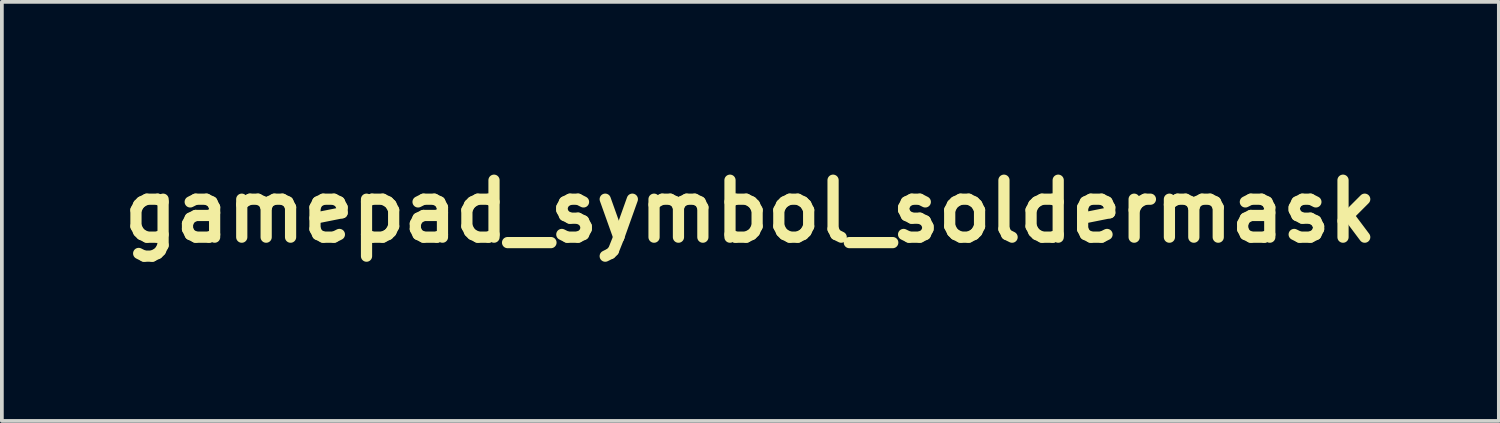
<source format=kicad_pcb>
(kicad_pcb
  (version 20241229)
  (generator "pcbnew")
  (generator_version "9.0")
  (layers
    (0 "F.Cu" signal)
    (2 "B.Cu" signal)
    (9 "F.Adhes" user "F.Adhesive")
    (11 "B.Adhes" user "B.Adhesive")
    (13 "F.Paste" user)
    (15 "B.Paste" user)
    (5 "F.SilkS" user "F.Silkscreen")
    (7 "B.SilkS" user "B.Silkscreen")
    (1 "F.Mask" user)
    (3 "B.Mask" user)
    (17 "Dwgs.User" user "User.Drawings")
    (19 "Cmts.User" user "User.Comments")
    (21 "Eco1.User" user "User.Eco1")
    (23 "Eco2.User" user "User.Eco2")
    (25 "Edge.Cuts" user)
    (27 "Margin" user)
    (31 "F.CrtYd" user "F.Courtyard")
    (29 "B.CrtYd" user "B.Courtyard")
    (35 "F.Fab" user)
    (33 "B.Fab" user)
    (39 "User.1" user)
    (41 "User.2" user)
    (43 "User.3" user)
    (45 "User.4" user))
  (footprint "gamepad_symbol_soldermask"
    (layer "F.Cu")
    (at 17.025 2.606)
    (property "Reference" "gamepad_symbol_soldermask" (at 0 0 0) (layer "F.SilkS") (effects (font (size 1.524 1.524) (thickness 0.3))))
    (attr through_hole)
    (fp_poly (pts (xy 1.555 1.219) (xy 1.6 1.232) (xy 1.64 1.252) (xy 1.675 1.279) (xy 1.704 1.311) (xy 1.726 1.347) (xy 1.742 1.387) (xy 1.751 1.43) (xy 1.752 1.473) (xy 1.745 1.518) (xy 1.729 1.561) (xy 1.705 1.604) (xy 1.696 1.615) (xy 1.665 1.647) (xy 1.627 1.672) (xy 1.584 1.69) (xy 1.539 1.701) (xy 1.493 1.703) (xy 1.473 1.701) (xy 1.427 1.69) (xy 1.384 1.67) (xy 1.347 1.643) (xy 1.315 1.61) (xy 1.29 1.572) (xy 1.272 1.53) (xy 1.263 1.485) (xy 1.262 1.438) (xy 1.264 1.422) (xy 1.277 1.374) (xy 1.298 1.33) (xy 1.326 1.293) (xy 1.361 1.261) (xy 1.401 1.237) (xy 1.446 1.221) (xy 1.494 1.214) (xy 1.506 1.214) (xy 1.555 1.219)) (stroke (width 0.01) (type solid)) (fill yes) (layer "F.Mask"))
    (fp_poly (pts (xy 1.088 0.735) (xy 1.126 0.749) (xy 1.166 0.774) (xy 1.201 0.806) (xy 1.229 0.844) (xy 1.249 0.885) (xy 1.261 0.93) (xy 1.265 0.976) (xy 1.259 1.022) (xy 1.257 1.028) (xy 1.24 1.074) (xy 1.215 1.115) (xy 1.183 1.151) (xy 1.145 1.18) (xy 1.103 1.201) (xy 1.092 1.204) (xy 1.059 1.211) (xy 1.022 1.214) (xy 0.984 1.212) (xy 0.95 1.206) (xy 0.944 1.204) (xy 0.901 1.186) (xy 0.863 1.159) (xy 0.83 1.126) (xy 0.804 1.087) (xy 0.786 1.045) (xy 0.775 1) (xy 0.773 0.955) (xy 0.776 0.932) (xy 0.789 0.884) (xy 0.81 0.842) (xy 0.837 0.805) (xy 0.871 0.775) (xy 0.909 0.751) (xy 0.951 0.734) (xy 0.995 0.726) (xy 1.041 0.726) (xy 1.088 0.735)) (stroke (width 0.01) (type solid)) (fill yes) (layer "F.Mask"))
    (fp_poly (pts (xy 1.533 0.237) (xy 1.551 0.24) (xy 1.597 0.253) (xy 1.637 0.273) (xy 1.672 0.301) (xy 1.679 0.307) (xy 1.711 0.347) (xy 1.735 0.389) (xy 1.748 0.435) (xy 1.753 0.482) (xy 1.747 0.53) (xy 1.732 0.577) (xy 1.721 0.6) (xy 1.698 0.634) (xy 1.668 0.665) (xy 1.632 0.691) (xy 1.594 0.711) (xy 1.563 0.721) (xy 1.536 0.725) (xy 1.504 0.726) (xy 1.472 0.724) (xy 1.444 0.719) (xy 1.438 0.717) (xy 1.402 0.703) (xy 1.372 0.686) (xy 1.344 0.664) (xy 1.333 0.653) (xy 1.302 0.616) (xy 1.28 0.573) (xy 1.266 0.528) (xy 1.261 0.481) (xy 1.265 0.442) (xy 1.278 0.395) (xy 1.299 0.353) (xy 1.327 0.316) (xy 1.361 0.285) (xy 1.399 0.261) (xy 1.442 0.245) (xy 1.487 0.236) (xy 1.533 0.237)) (stroke (width 0.01) (type solid)) (fill yes) (layer "F.Mask"))
    (fp_poly (pts (xy 2.027 0.727) (xy 2.07 0.736) (xy 2.112 0.754) (xy 2.15 0.779) (xy 2.184 0.812) (xy 2.201 0.835) (xy 2.222 0.876) (xy 2.235 0.918) (xy 2.24 0.963) (xy 2.239 0.982) (xy 2.234 1.025) (xy 2.224 1.061) (xy 2.206 1.096) (xy 2.19 1.119) (xy 2.16 1.152) (xy 2.123 1.179) (xy 2.082 1.199) (xy 2.069 1.204) (xy 2.038 1.21) (xy 2.003 1.213) (xy 1.967 1.213) (xy 1.936 1.208) (xy 1.93 1.207) (xy 1.885 1.189) (xy 1.846 1.165) (xy 1.813 1.134) (xy 1.787 1.098) (xy 1.767 1.058) (xy 1.755 1.016) (xy 1.751 0.972) (xy 1.754 0.928) (xy 1.766 0.884) (xy 1.786 0.842) (xy 1.816 0.804) (xy 1.818 0.802) (xy 1.854 0.77) (xy 1.894 0.747) (xy 1.937 0.732) (xy 1.982 0.725) (xy 2.027 0.727)) (stroke (width 0.01) (type solid)) (fill yes) (layer "F.Mask"))
    (fp_poly (pts (xy 3.175 -2.561) (xy 3.173 -2.51) (xy 3.167 -2.454) (xy 3.157 -2.394) (xy 3.144 -2.334) (xy 3.128 -2.277) (xy 3.124 -2.262) (xy 3.087 -2.164) (xy 3.041 -2.07) (xy 2.987 -1.981) (xy 2.926 -1.898) (xy 2.857 -1.82) (xy 2.781 -1.75) (xy 2.699 -1.686) (xy 2.611 -1.631) (xy 2.518 -1.583) (xy 2.482 -1.568) (xy 2.438 -1.551) (xy 2.397 -1.537) (xy 2.355 -1.525) (xy 2.312 -1.514) (xy 2.262 -1.504) (xy 2.215 -1.495) (xy 2.207 -1.494) (xy 2.198 -1.493) (xy 2.187 -1.492) (xy 2.173 -1.491) (xy 2.157 -1.49) (xy 2.137 -1.489) (xy 2.112 -1.489) (xy 2.084 -1.488) (xy 2.05 -1.487) (xy 2.01 -1.487) (xy 1.965 -1.486) (xy 1.912 -1.486) (xy 1.853 -1.485) (xy 1.785 -1.485) (xy 1.71 -1.485) (xy 1.625 -1.484) (xy 1.531 -1.484) (xy 1.481 -1.483) (xy 1.382 -1.483) (xy 1.293 -1.483) (xy 1.213 -1.482) (xy 1.141 -1.482) (xy 1.078 -1.481) (xy 1.021 -1.481) (xy 0.972 -1.48) (xy 0.929 -1.48) (xy 0.892 -1.479) (xy 0.86 -1.478) (xy 0.832 -1.477) (xy 0.809 -1.476) (xy 0.789 -1.475) (xy 0.772 -1.473) (xy 0.757 -1.471) (xy 0.745 -1.469) (xy 0.734 -1.466) (xy 0.723 -1.464) (xy 0.713 -1.46) (xy 0.702 -1.457) (xy 0.691 -1.453) (xy 0.681 -1.45) (xy 0.605 -1.419) (xy 0.534 -1.38) (xy 0.468 -1.333) (xy 0.409 -1.278) (xy 0.356 -1.217) (xy 0.311 -1.15) (xy 0.274 -1.078) (xy 0.252 -1.02) (xy 0.239 -0.976) (xy 0.228 -0.931) (xy 0.221 -0.889) (xy 0.218 -0.853) (xy 0.218 -0.848) (xy 0.219 -0.837) (xy 0.219 -0.828) (xy 0.218 -0.821) (xy 0.216 -0.815) (xy 0.211 -0.811) (xy 0.202 -0.807) (xy 0.189 -0.805) (xy 0.171 -0.804) (xy 0.147 -0.803) (xy 0.115 -0.803) (xy 0.076 -0.803) (xy 0.028 -0.803) (xy -0.006 -0.803) (xy -0.224 -0.803) (xy -0.224 -0.824) (xy -0.223 -0.838) (xy -0.222 -0.859) (xy -0.22 -0.884) (xy -0.218 -0.904) (xy -0.204 -1.009) (xy -0.18 -1.11) (xy -0.147 -1.209) (xy -0.105 -1.303) (xy -0.055 -1.393) (xy 0.003 -1.477) (xy 0.069 -1.556) (xy 0.141 -1.629) (xy 0.22 -1.695) (xy 0.306 -1.754) (xy 0.397 -1.805) (xy 0.465 -1.837) (xy 0.521 -1.858) (xy 0.583 -1.878) (xy 0.647 -1.895) (xy 0.699 -1.906) (xy 0.707 -1.908) (xy 0.715 -1.909) (xy 0.723 -1.91) (xy 0.733 -1.911) (xy 0.744 -1.912) (xy 0.757 -1.913) (xy 0.774 -1.914) (xy 0.793 -1.915) (xy 0.816 -1.915) (xy 0.843 -1.916) (xy 0.875 -1.917) (xy 0.913 -1.917) (xy 0.957 -1.917) (xy 1.007 -1.918) (xy 1.064 -1.918) (xy 1.129 -1.919) (xy 1.202 -1.919) (xy 1.283 -1.92) (xy 1.374 -1.92) (xy 1.445 -1.92) (xy 1.545 -1.921) (xy 1.636 -1.921) (xy 1.717 -1.922) (xy 1.79 -1.922) (xy 1.855 -1.923) (xy 1.912 -1.923) (xy 1.963 -1.924) (xy 2.007 -1.924) (xy 2.046 -1.925) (xy 2.079 -1.926) (xy 2.108 -1.927) (xy 2.132 -1.929) (xy 2.154 -1.93) (xy 2.172 -1.932) (xy 2.187 -1.934) (xy 2.201 -1.936) (xy 2.214 -1.939) (xy 2.226 -1.942) (xy 2.237 -1.946) (xy 2.249 -1.95) (xy 2.262 -1.954) (xy 2.274 -1.958) (xy 2.35 -1.989) (xy 2.42 -2.028) (xy 2.485 -2.074) (xy 2.544 -2.127) (xy 2.596 -2.187) (xy 2.641 -2.252) (xy 2.678 -2.322) (xy 2.706 -2.397) (xy 2.726 -2.474) (xy 2.736 -2.552) (xy 2.74 -2.601) (xy 3.175 -2.601) (xy 3.175 -2.561)) (stroke (width 0.01) (type solid)) (fill yes) (layer "F.Mask"))
    (fp_poly (pts (xy -1.47 0.236) (xy -1.435 0.236) (xy -1.408 0.237) (xy -1.387 0.237) (xy -1.372 0.238) (xy -1.361 0.239) (xy -1.352 0.241) (xy -1.346 0.244) (xy -1.34 0.247) (xy -1.339 0.247) (xy -1.321 0.258) (xy -1.305 0.272) (xy -1.302 0.275) (xy -1.294 0.283) (xy -1.288 0.291) (xy -1.283 0.3) (xy -1.279 0.31) (xy -1.276 0.322) (xy -1.273 0.339) (xy -1.272 0.36) (xy -1.271 0.386) (xy -1.27 0.42) (xy -1.27 0.462) (xy -1.27 0.512) (xy -1.27 0.525) (xy -1.27 0.721) (xy -1.073 0.722) (xy -1.023 0.723) (xy -0.982 0.723) (xy -0.949 0.724) (xy -0.923 0.724) (xy -0.903 0.725) (xy -0.888 0.726) (xy -0.877 0.727) (xy -0.868 0.729) (xy -0.861 0.731) (xy -0.855 0.734) (xy -0.853 0.735) (xy -0.83 0.75) (xy -0.808 0.771) (xy -0.792 0.794) (xy -0.787 0.806) (xy -0.785 0.815) (xy -0.783 0.828) (xy -0.782 0.848) (xy -0.781 0.874) (xy -0.78 0.907) (xy -0.78 0.95) (xy -0.78 0.97) (xy -0.78 1.018) (xy -0.78 1.056) (xy -0.781 1.087) (xy -0.783 1.111) (xy -0.786 1.13) (xy -0.791 1.144) (xy -0.796 1.156) (xy -0.804 1.166) (xy -0.813 1.176) (xy -0.819 1.181) (xy -0.828 1.189) (xy -0.836 1.196) (xy -0.844 1.201) (xy -0.854 1.205) (xy -0.866 1.208) (xy -0.882 1.211) (xy -0.901 1.212) (xy -0.927 1.213) (xy -0.959 1.214) (xy -0.999 1.214) (xy -1.047 1.214) (xy -1.072 1.214) (xy -1.27 1.214) (xy -1.27 1.412) (xy -1.27 1.465) (xy -1.27 1.509) (xy -1.271 1.544) (xy -1.271 1.572) (xy -1.272 1.594) (xy -1.273 1.609) (xy -1.275 1.62) (xy -1.277 1.627) (xy -1.277 1.627) (xy -1.292 1.653) (xy -1.314 1.675) (xy -1.34 1.692) (xy -1.34 1.693) (xy -1.348 1.696) (xy -1.355 1.699) (xy -1.364 1.701) (xy -1.375 1.702) (xy -1.39 1.703) (xy -1.411 1.704) (xy -1.438 1.705) (xy -1.472 1.705) (xy -1.504 1.705) (xy -1.541 1.705) (xy -1.577 1.705) (xy -1.608 1.705) (xy -1.634 1.704) (xy -1.652 1.703) (xy -1.663 1.702) (xy -1.691 1.691) (xy -1.715 1.675) (xy -1.726 1.665) (xy -1.734 1.657) (xy -1.741 1.648) (xy -1.746 1.64) (xy -1.751 1.63) (xy -1.754 1.617) (xy -1.757 1.601) (xy -1.759 1.58) (xy -1.76 1.553) (xy -1.761 1.52) (xy -1.761 1.479) (xy -1.762 1.429) (xy -1.762 1.411) (xy -1.763 1.214) (xy -1.959 1.214) (xy -2.011 1.214) (xy -2.055 1.214) (xy -2.09 1.213) (xy -2.117 1.213) (xy -2.138 1.212) (xy -2.153 1.211) (xy -2.164 1.209) (xy -2.171 1.207) (xy -2.171 1.207) (xy -2.194 1.194) (xy -2.216 1.174) (xy -2.234 1.151) (xy -2.237 1.146) (xy -2.24 1.14) (xy -2.242 1.133) (xy -2.244 1.125) (xy -2.246 1.115) (xy -2.247 1.101) (xy -2.247 1.081) (xy -2.248 1.056) (xy -2.248 1.022) (xy -2.248 0.981) (xy -2.248 0.97) (xy -2.248 0.926) (xy -2.248 0.891) (xy -2.247 0.864) (xy -2.247 0.844) (xy -2.246 0.828) (xy -2.245 0.817) (xy -2.243 0.809) (xy -2.241 0.802) (xy -2.238 0.796) (xy -2.237 0.795) (xy -2.217 0.768) (xy -2.192 0.745) (xy -2.172 0.733) (xy -2.166 0.731) (xy -2.158 0.729) (xy -2.148 0.727) (xy -2.135 0.726) (xy -2.118 0.725) (xy -2.095 0.724) (xy -2.065 0.724) (xy -2.028 0.723) (xy -1.982 0.723) (xy -1.957 0.722) (xy -1.763 0.721) (xy -1.762 0.527) (xy -1.761 0.477) (xy -1.761 0.435) (xy -1.76 0.402) (xy -1.76 0.376) (xy -1.759 0.356) (xy -1.758 0.341) (xy -1.756 0.33) (xy -1.754 0.322) (xy -1.752 0.315) (xy -1.751 0.312) (xy -1.734 0.285) (xy -1.71 0.261) (xy -1.689 0.247) (xy -1.683 0.244) (xy -1.677 0.242) (xy -1.669 0.24) (xy -1.658 0.238) (xy -1.644 0.237) (xy -1.624 0.237) (xy -1.598 0.236) (xy -1.565 0.236) (xy -1.522 0.236) (xy -1.514 0.236) (xy -1.47 0.236)) (stroke (width 0.01) (type solid)) (fill yes) (layer "F.Mask"))
    (fp_poly (pts (xy 0.941 -0.685) (xy 1.027 -0.685) (xy 1.105 -0.685) (xy 1.177 -0.685) (xy 1.242 -0.685) (xy 1.301 -0.685) (xy 1.354 -0.685) (xy 1.402 -0.684) (xy 1.445 -0.684) (xy 1.483 -0.684) (xy 1.516 -0.683) (xy 1.545 -0.683) (xy 1.571 -0.683) (xy 1.593 -0.682) (xy 1.612 -0.682) (xy 1.629 -0.681) (xy 1.643 -0.681) (xy 1.654 -0.68) (xy 1.665 -0.679) (xy 1.673 -0.679) (xy 1.676 -0.678) (xy 1.804 -0.66) (xy 1.929 -0.633) (xy 2.051 -0.596) (xy 2.17 -0.549) (xy 2.284 -0.494) (xy 2.394 -0.43) (xy 2.498 -0.358) (xy 2.598 -0.278) (xy 2.691 -0.189) (xy 2.778 -0.093) (xy 2.805 -0.061) (xy 2.881 0.042) (xy 2.947 0.149) (xy 3.006 0.261) (xy 3.055 0.376) (xy 3.095 0.494) (xy 3.126 0.615) (xy 3.148 0.737) (xy 3.16 0.861) (xy 3.164 0.986) (xy 3.158 1.111) (xy 3.142 1.235) (xy 3.118 1.359) (xy 3.083 1.482) (xy 3.039 1.602) (xy 3.03 1.623) (xy 2.976 1.738) (xy 2.912 1.848) (xy 2.841 1.952) (xy 2.762 2.051) (xy 2.677 2.143) (xy 2.584 2.228) (xy 2.486 2.307) (xy 2.381 2.377) (xy 2.272 2.44) (xy 2.158 2.494) (xy 2.039 2.539) (xy 1.948 2.567) (xy 1.923 2.574) (xy 1.902 2.58) (xy 1.882 2.585) (xy 1.864 2.589) (xy 1.846 2.592) (xy 1.827 2.595) (xy 1.806 2.597) (xy 1.782 2.598) (xy 1.755 2.599) (xy 1.722 2.6) (xy 1.684 2.6) (xy 1.64 2.6) (xy 1.588 2.6) (xy 1.527 2.6) (xy 1.491 2.6) (xy 1.181 2.598) (xy 1.108 2.579) (xy 0.981 2.541) (xy 0.86 2.495) (xy 0.747 2.442) (xy 0.639 2.382) (xy 0.572 2.338) (xy 0.539 2.314) (xy 0.502 2.286) (xy 0.464 2.256) (xy 0.427 2.225) (xy 0.393 2.196) (xy 0.372 2.177) (xy 0.331 2.139) (xy -0.337 2.139) (xy -0.375 2.173) (xy -0.476 2.26) (xy -0.58 2.336) (xy -0.685 2.404) (xy -0.793 2.462) (xy -0.904 2.511) (xy -1.019 2.551) (xy -1.138 2.583) (xy -1.16 2.588) (xy -1.219 2.601) (xy -1.52 2.601) (xy -1.821 2.6) (xy -1.877 2.587) (xy -2.002 2.554) (xy -2.124 2.511) (xy -2.24 2.459) (xy -2.352 2.4) (xy -2.458 2.332) (xy -2.558 2.257) (xy -2.652 2.175) (xy -2.74 2.085) (xy -2.821 1.99) (xy -2.894 1.888) (xy -2.96 1.781) (xy -3.018 1.668) (xy -3.067 1.55) (xy -3.107 1.427) (xy -3.109 1.421) (xy -3.136 1.314) (xy -3.155 1.204) (xy -3.163 1.143) (xy -3.166 1.099) (xy -3.168 1.049) (xy -3.169 0.993) (xy -3.169 0.968) (xy -2.73 0.968) (xy -2.73 1.022) (xy -2.728 1.068) (xy -2.725 1.11) (xy -2.72 1.15) (xy -2.713 1.191) (xy -2.704 1.235) (xy -2.697 1.265) (xy -2.668 1.363) (xy -2.629 1.46) (xy -2.582 1.555) (xy -2.527 1.646) (xy -2.465 1.732) (xy -2.442 1.76) (xy -2.371 1.837) (xy -2.293 1.907) (xy -2.208 1.971) (xy -2.118 2.028) (xy -2.024 2.076) (xy -1.927 2.117) (xy -1.827 2.148) (xy -1.725 2.171) (xy -1.666 2.179) (xy -1.643 2.182) (xy -1.621 2.184) (xy -1.605 2.186) (xy -1.6 2.187) (xy -1.583 2.188) (xy -1.558 2.188) (xy -1.527 2.188) (xy -1.492 2.187) (xy -1.456 2.185) (xy -1.42 2.184) (xy -1.388 2.181) (xy -1.36 2.179) (xy -1.341 2.177) (xy -1.231 2.155) (xy -1.126 2.125) (xy -1.024 2.086) (xy -0.927 2.037) (xy -0.832 1.979) (xy -0.775 1.939) (xy -0.744 1.914) (xy -0.71 1.884) (xy -0.675 1.852) (xy -0.641 1.818) (xy -0.609 1.785) (xy -0.582 1.755) (xy -0.566 1.736) (xy -0.541 1.702) (xy 0.531 1.702) (xy 0.569 1.748) (xy 0.623 1.808) (xy 0.684 1.868) (xy 0.752 1.925) (xy 0.822 1.977) (xy 0.89 2.021) (xy 0.984 2.071) (xy 1.083 2.112) (xy 1.188 2.146) (xy 1.297 2.171) (xy 1.356 2.18) (xy 1.388 2.183) (xy 1.428 2.186) (xy 1.473 2.187) (xy 1.52 2.187) (xy 1.567 2.186) (xy 1.612 2.184) (xy 1.651 2.181) (xy 1.679 2.177) (xy 1.788 2.156) (xy 1.893 2.125) (xy 1.995 2.086) (xy 2.092 2.038) (xy 2.185 1.982) (xy 2.272 1.918) (xy 2.353 1.846) (xy 2.427 1.768) (xy 2.495 1.683) (xy 2.554 1.592) (xy 2.603 1.501) (xy 2.647 1.399) (xy 2.682 1.294) (xy 2.706 1.188) (xy 2.721 1.081) (xy 2.726 0.973) (xy 2.722 0.865) (xy 2.707 0.757) (xy 2.683 0.651) (xy 2.65 0.547) (xy 2.607 0.444) (xy 2.586 0.403) (xy 2.531 0.308) (xy 2.468 0.22) (xy 2.398 0.138) (xy 2.321 0.063) (xy 2.238 -0.005) (xy 2.149 -0.066) (xy 2.055 -0.118) (xy 1.957 -0.162) (xy 1.856 -0.198) (xy 1.751 -0.224) (xy 1.643 -0.241) (xy 1.615 -0.244) (xy 1.605 -0.244) (xy 1.589 -0.245) (xy 1.568 -0.245) (xy 1.54 -0.246) (xy 1.506 -0.246) (xy 1.466 -0.247) (xy 1.419 -0.247) (xy 1.365 -0.247) (xy 1.303 -0.248) (xy 1.234 -0.248) (xy 1.158 -0.248) (xy 1.073 -0.248) (xy 0.981 -0.248) (xy 0.88 -0.248) (xy 0.77 -0.248) (xy 0.652 -0.248) (xy 0.524 -0.248) (xy 0.387 -0.248) (xy 0.241 -0.248) (xy 0.085 -0.248) (xy -0.046 -0.248) (xy -0.198 -0.248) (xy -0.341 -0.248) (xy -0.475 -0.247) (xy -0.599 -0.247) (xy -0.714 -0.247) (xy -0.822 -0.247) (xy -0.921 -0.247) (xy -1.012 -0.247) (xy -1.096 -0.247) (xy -1.173 -0.246) (xy -1.243 -0.246) (xy -1.307 -0.246) (xy -1.365 -0.245) (xy -1.417 -0.245) (xy -1.464 -0.244) (xy -1.506 -0.244) (xy -1.544 -0.243) (xy -1.577 -0.242) (xy -1.607 -0.241) (xy -1.633 -0.24) (xy -1.655 -0.239) (xy -1.675 -0.238) (xy -1.693 -0.236) (xy -1.708 -0.235) (xy -1.721 -0.233) (xy -1.733 -0.231) (xy -1.744 -0.229) (xy -1.754 -0.227) (xy -1.764 -0.225) (xy -1.774 -0.222) (xy -1.784 -0.219) (xy -1.794 -0.217) (xy -1.806 -0.213) (xy -1.817 -0.211) (xy -1.921 -0.179) (xy -2.022 -0.138) (xy -2.117 -0.089) (xy -2.208 -0.032) (xy -2.293 0.033) (xy -2.372 0.105) (xy -2.445 0.183) (xy -2.51 0.268) (xy -2.568 0.358) (xy -2.618 0.454) (xy -2.66 0.554) (xy -2.692 0.658) (xy -2.695 0.667) (xy -2.706 0.715) (xy -2.715 0.757) (xy -2.722 0.797) (xy -2.726 0.838) (xy -2.729 0.882) (xy -2.73 0.932) (xy -2.73 0.968) (xy -3.169 0.968) (xy -3.169 0.936) (xy -3.168 0.88) (xy -3.165 0.826) (xy -3.161 0.777) (xy -3.156 0.736) (xy -3.156 0.734) (xy -3.131 0.605) (xy -3.099 0.482) (xy -3.058 0.364) (xy -3.008 0.25) (xy -2.949 0.139) (xy -2.88 0.031) (xy -2.816 -0.056) (xy -2.791 -0.087) (xy -2.76 -0.122) (xy -2.724 -0.16) (xy -2.685 -0.2) (xy -2.646 -0.238) (xy -2.608 -0.274) (xy -2.572 -0.306) (xy -2.541 -0.331) (xy -2.54 -0.332) (xy -2.436 -0.407) (xy -2.331 -0.472) (xy -2.223 -0.529) (xy -2.112 -0.576) (xy -1.997 -0.616) (xy -1.875 -0.648) (xy -1.749 -0.672) (xy -1.679 -0.683) (xy -0.041 -0.685) (xy 0.114 -0.685) (xy 0.259 -0.685) (xy 0.394 -0.685) (xy 0.521 -0.685) (xy 0.638 -0.685) (xy 0.747 -0.685) (xy 0.848 -0.685) (xy 0.941 -0.685)) (stroke (width 0.01) (type solid)) (fill yes) (layer "F.Mask")))
  (gr_rect
    (start -3 -3)
    (end 37.051 8.212)
    (stroke (width 0.1) (type default))
    (fill no)
    (layer "Edge.Cuts")))
</source>
